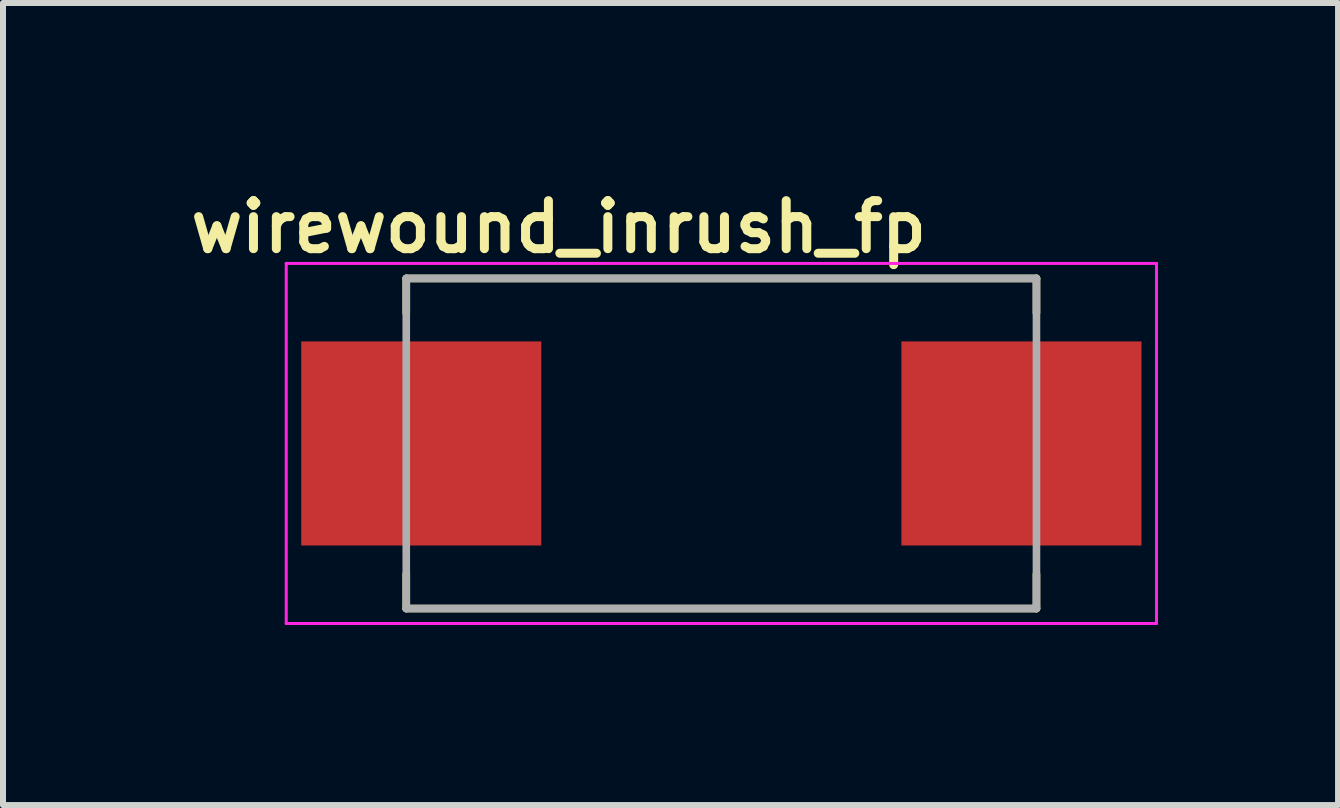
<source format=kicad_pcb>
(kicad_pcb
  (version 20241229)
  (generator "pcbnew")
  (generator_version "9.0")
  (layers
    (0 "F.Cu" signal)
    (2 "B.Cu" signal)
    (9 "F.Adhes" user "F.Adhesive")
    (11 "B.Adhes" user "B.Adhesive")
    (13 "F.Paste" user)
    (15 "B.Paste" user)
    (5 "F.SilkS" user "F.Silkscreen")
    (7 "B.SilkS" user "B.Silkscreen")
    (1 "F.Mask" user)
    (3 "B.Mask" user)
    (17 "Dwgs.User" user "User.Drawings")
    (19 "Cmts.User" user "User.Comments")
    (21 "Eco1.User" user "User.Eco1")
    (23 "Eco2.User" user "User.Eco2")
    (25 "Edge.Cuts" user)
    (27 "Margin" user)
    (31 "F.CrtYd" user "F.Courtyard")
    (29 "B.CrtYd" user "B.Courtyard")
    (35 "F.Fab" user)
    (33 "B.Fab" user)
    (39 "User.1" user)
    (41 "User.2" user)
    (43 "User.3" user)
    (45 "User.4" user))
  (footprint "wirewound_inrush_fp"
    (layer "F.Cu")
    (at 8.969 4.339)
    (property "Reference" "wirewound_inrush_fp" (at -2.71 -3.608 0) (layer "F.SilkS") (effects (font (size 0.8 0.8) (thickness 0.15))))
    (attr through_hole)
    (fp_line (start -5.25 -2.175) (end -5.25 -2.75) (stroke (width 0.127) (type solid)) (layer "F.SilkS"))
    (fp_line (start -5.25 2.75) (end -5.25 2.175) (stroke (width 0.127) (type solid)) (layer "F.SilkS"))
    (fp_line (start 5.25 -2.75) (end -5.25 -2.75) (stroke (width 0.127) (type solid)) (layer "F.SilkS"))
    (fp_line (start 5.25 -2.175) (end 5.25 -2.75) (stroke (width 0.127) (type solid)) (layer "F.SilkS"))
    (fp_line (start 5.25 2.75) (end -5.25 2.75) (stroke (width 0.127) (type solid)) (layer "F.SilkS"))
    (fp_line (start 5.25 2.75) (end 5.25 2.175) (stroke (width 0.127) (type solid)) (layer "F.SilkS"))
    (fp_line (start -7.25 -3) (end 7.25 -3) (stroke (width 0.05) (type solid)) (layer "F.CrtYd"))
    (fp_line (start -7.25 3) (end -7.25 -3) (stroke (width 0.05) (type solid)) (layer "F.CrtYd"))
    (fp_line (start -7.25 3) (end 7.25 3) (stroke (width 0.05) (type solid)) (layer "F.CrtYd"))
    (fp_line (start 7.25 3) (end 7.25 -3) (stroke (width 0.05) (type solid)) (layer "F.CrtYd"))
    (fp_line (start -5.25 2.75) (end -5.25 -2.75) (stroke (width 0.127) (type solid)) (layer "F.Fab"))
    (fp_line (start 5.25 -2.75) (end -5.25 -2.75) (stroke (width 0.127) (type solid)) (layer "F.Fab"))
    (fp_line (start 5.25 2.75) (end -5.25 2.75) (stroke (width 0.127) (type solid)) (layer "F.Fab"))
    (fp_line (start 5.25 2.75) (end 5.25 -2.75) (stroke (width 0.127) (type solid)) (layer "F.Fab"))
    (pad "1" smd rect (at -5 0) (size 4 3.4) (layers "F.Cu" "F.Mask" "F.Paste"))
    (pad "2" smd rect (at 5 0) (size 4 3.4) (layers "F.Cu" "F.Mask" "F.Paste")))
  (gr_rect
    (start -3 -3)
    (end 19.244 10.364)
    (stroke (width 0.1) (type default))
    (fill no)
    (layer "Edge.Cuts")))
</source>
